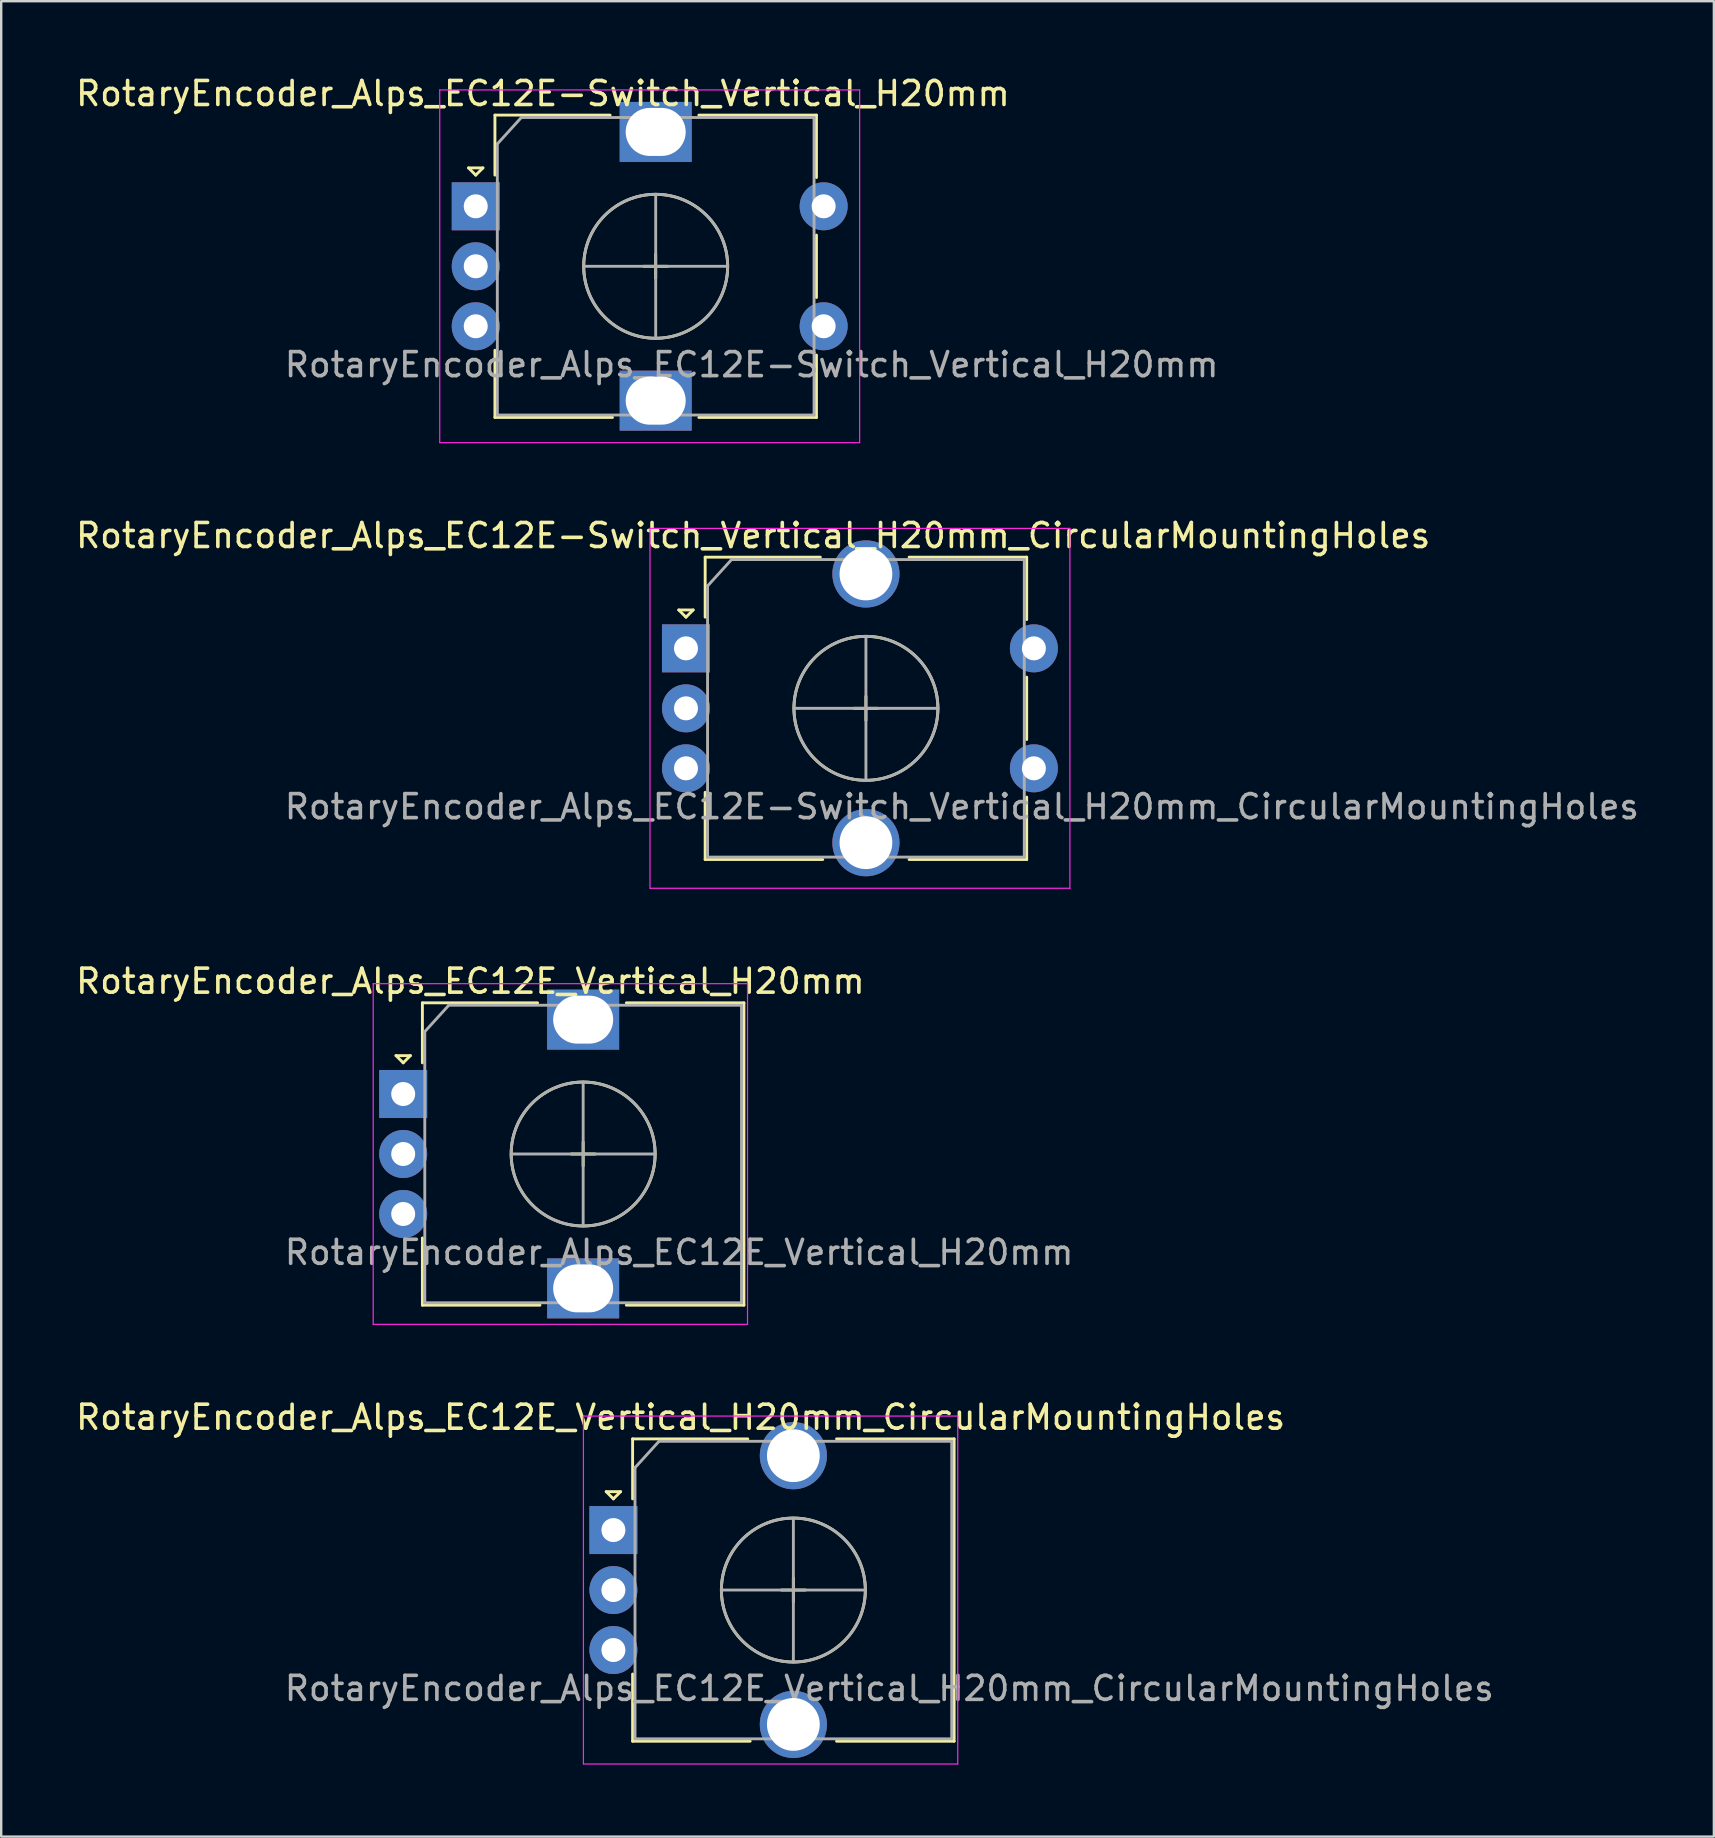
<source format=kicad_pcb>
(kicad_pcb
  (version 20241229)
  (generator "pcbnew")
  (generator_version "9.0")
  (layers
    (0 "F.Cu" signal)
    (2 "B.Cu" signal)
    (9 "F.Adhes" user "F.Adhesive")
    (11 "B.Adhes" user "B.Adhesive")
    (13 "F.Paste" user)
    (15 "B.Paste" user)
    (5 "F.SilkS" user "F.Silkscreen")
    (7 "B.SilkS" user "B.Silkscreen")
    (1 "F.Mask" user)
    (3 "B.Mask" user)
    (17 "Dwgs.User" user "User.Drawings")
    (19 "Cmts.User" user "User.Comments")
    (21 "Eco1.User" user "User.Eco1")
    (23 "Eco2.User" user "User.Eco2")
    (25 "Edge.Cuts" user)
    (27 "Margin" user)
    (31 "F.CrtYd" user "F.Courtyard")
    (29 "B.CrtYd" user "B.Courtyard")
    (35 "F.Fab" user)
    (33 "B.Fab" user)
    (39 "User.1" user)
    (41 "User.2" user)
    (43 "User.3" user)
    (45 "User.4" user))
  (footprint "RotaryEncoder_Alps_EC12E_Vertical_H20mm_CircularMountingHoles"
    (layer "F.Cu")
    (at 22.515 60.718)
    (property "Reference" "RotaryEncoder_Alps_EC12E_Vertical_H20mm_CircularMountingHoles" (at 2.8 -4.7 0) (layer "F.SilkS") (effects (font (size 1 1) (thickness 0.15))))
    (attr through_hole)
    (fp_line (start -0.3 -1.6) (end 0.3 -1.6) (stroke (width 0.12) (type solid)) (layer "F.SilkS"))
    (fp_line (start 0 -1.3) (end -0.3 -1.6) (stroke (width 0.12) (type solid)) (layer "F.SilkS"))
    (fp_line (start 0.3 -1.6) (end 0 -1.3) (stroke (width 0.12) (type solid)) (layer "F.SilkS"))
    (fp_line (start 0.8 -3.8) (end 0.8 -1.3) (stroke (width 0.12) (type solid)) (layer "F.SilkS"))
    (fp_line (start 0.8 8.8) (end 0.8 6) (stroke (width 0.12) (type solid)) (layer "F.SilkS"))
    (fp_line (start 5.6 -3.8) (end 0.8 -3.8) (stroke (width 0.12) (type solid)) (layer "F.SilkS"))
    (fp_line (start 5.7 8.8) (end 0.8 8.8) (stroke (width 0.12) (type solid)) (layer "F.SilkS"))
    (fp_line (start 7 2.5) (end 8 2.5) (stroke (width 0.12) (type solid)) (layer "F.SilkS"))
    (fp_line (start 7.5 2) (end 7.5 3) (stroke (width 0.12) (type solid)) (layer "F.SilkS"))
    (fp_line (start 9.3 -3.8) (end 14.2 -3.8) (stroke (width 0.12) (type solid)) (layer "F.SilkS"))
    (fp_line (start 14.2 -3.8) (end 14.2 8.8) (stroke (width 0.12) (type solid)) (layer "F.SilkS"))
    (fp_line (start 14.2 8.8) (end 9.3 8.8) (stroke (width 0.12) (type solid)) (layer "F.SilkS"))
    (fp_circle (center 7.5 2.5) (end 10.5 2.5) (stroke (width 0.12) (type solid)) (fill no) (layer "F.SilkS"))
    (fp_line (start -1.25 -4.75) (end -1.25 9.75) (stroke (width 0.05) (type solid)) (layer "F.CrtYd"))
    (fp_line (start -1.25 -4.75) (end 14.35 -4.75) (stroke (width 0.05) (type solid)) (layer "F.CrtYd"))
    (fp_line (start 14.35 9.75) (end -1.25 9.75) (stroke (width 0.05) (type solid)) (layer "F.CrtYd"))
    (fp_line (start 14.35 9.75) (end 14.35 -4.75) (stroke (width 0.05) (type solid)) (layer "F.CrtYd"))
    (fp_line (start 0.9 -2.6) (end 1.9 -3.7) (stroke (width 0.12) (type solid)) (layer "F.Fab"))
    (fp_line (start 0.9 8.7) (end 0.9 -2.6) (stroke (width 0.12) (type solid)) (layer "F.Fab"))
    (fp_line (start 1.9 -3.7) (end 14.1 -3.7) (stroke (width 0.12) (type solid)) (layer "F.Fab"))
    (fp_line (start 4.5 2.5) (end 10.5 2.5) (stroke (width 0.12) (type solid)) (layer "F.Fab"))
    (fp_line (start 7.5 -0.5) (end 7.5 5.5) (stroke (width 0.12) (type solid)) (layer "F.Fab"))
    (fp_line (start 14.1 -3.7) (end 14.1 8.7) (stroke (width 0.12) (type solid)) (layer "F.Fab"))
    (fp_line (start 14.1 8.7) (end 0.9 8.7) (stroke (width 0.12) (type solid)) (layer "F.Fab"))
    (fp_circle (center 7.5 2.5) (end 10.5 2.5) (stroke (width 0.12) (type solid)) (fill no) (layer "F.Fab"))
    (fp_text user "${REFERENCE}" (at 11.5 6.6 0) (layer "F.Fab") (effects (font (size 1 1) (thickness 0.15))))
    (pad "1" thru_hole rect (at 0 0) (size 2 2) (drill 1) (layers "*.Cu" "*.Mask"))
    (pad "2" thru_hole circle (at 0 2.5) (size 2 2) (drill 1) (layers "*.Cu" "*.Mask"))
    (pad "3" thru_hole circle (at 0 5) (size 2 2) (drill 1) (layers "*.Cu" "*.Mask"))
    (pad "MP" thru_hole circle (at 7.5 -3.1) (size 2.8 2.8) (drill 2.2) (layers "*.Cu" "*.Mask"))
    (pad "MP" thru_hole circle (at 7.5 8.1) (size 2.8 2.8) (drill 2.2) (layers "*.Cu" "*.Mask")))
  (footprint "RotaryEncoder_Alps_EC12E_Vertical_H20mm"
    (layer "F.Cu")
    (at 13.754 42.545)
    (property "Reference" "RotaryEncoder_Alps_EC12E_Vertical_H20mm" (at 2.8 -4.7 0) (layer "F.SilkS") (effects (font (size 1 1) (thickness 0.15))))
    (attr through_hole)
    (fp_line (start -0.3 -1.6) (end 0.3 -1.6) (stroke (width 0.12) (type solid)) (layer "F.SilkS"))
    (fp_line (start 0 -1.3) (end -0.3 -1.6) (stroke (width 0.12) (type solid)) (layer "F.SilkS"))
    (fp_line (start 0.3 -1.6) (end 0 -1.3) (stroke (width 0.12) (type solid)) (layer "F.SilkS"))
    (fp_line (start 0.8 -3.8) (end 0.8 -1.3) (stroke (width 0.12) (type solid)) (layer "F.SilkS"))
    (fp_line (start 0.8 8.8) (end 0.8 6) (stroke (width 0.12) (type solid)) (layer "F.SilkS"))
    (fp_line (start 5.6 -3.8) (end 0.8 -3.8) (stroke (width 0.12) (type solid)) (layer "F.SilkS"))
    (fp_line (start 5.7 8.8) (end 0.8 8.8) (stroke (width 0.12) (type solid)) (layer "F.SilkS"))
    (fp_line (start 7 2.5) (end 8 2.5) (stroke (width 0.12) (type solid)) (layer "F.SilkS"))
    (fp_line (start 7.5 2) (end 7.5 3) (stroke (width 0.12) (type solid)) (layer "F.SilkS"))
    (fp_line (start 9.3 -3.8) (end 14.2 -3.8) (stroke (width 0.12) (type solid)) (layer "F.SilkS"))
    (fp_line (start 14.2 -3.8) (end 14.2 8.8) (stroke (width 0.12) (type solid)) (layer "F.SilkS"))
    (fp_line (start 14.2 8.8) (end 9.3 8.8) (stroke (width 0.12) (type solid)) (layer "F.SilkS"))
    (fp_circle (center 7.5 2.5) (end 10.5 2.5) (stroke (width 0.12) (type solid)) (fill no) (layer "F.SilkS"))
    (fp_line (start -1.25 -4.6) (end -1.25 9.6) (stroke (width 0.05) (type solid)) (layer "F.CrtYd"))
    (fp_line (start -1.25 -4.6) (end 14.35 -4.6) (stroke (width 0.05) (type solid)) (layer "F.CrtYd"))
    (fp_line (start 14.35 9.6) (end -1.25 9.6) (stroke (width 0.05) (type solid)) (layer "F.CrtYd"))
    (fp_line (start 14.35 9.6) (end 14.35 -4.6) (stroke (width 0.05) (type solid)) (layer "F.CrtYd"))
    (fp_line (start 0.9 -2.6) (end 1.9 -3.7) (stroke (width 0.12) (type solid)) (layer "F.Fab"))
    (fp_line (start 0.9 8.7) (end 0.9 -2.6) (stroke (width 0.12) (type solid)) (layer "F.Fab"))
    (fp_line (start 1.9 -3.7) (end 14.1 -3.7) (stroke (width 0.12) (type solid)) (layer "F.Fab"))
    (fp_line (start 4.5 2.5) (end 10.5 2.5) (stroke (width 0.12) (type solid)) (layer "F.Fab"))
    (fp_line (start 7.5 -0.5) (end 7.5 5.5) (stroke (width 0.12) (type solid)) (layer "F.Fab"))
    (fp_line (start 14.1 -3.7) (end 14.1 8.7) (stroke (width 0.12) (type solid)) (layer "F.Fab"))
    (fp_line (start 14.1 8.7) (end 0.9 8.7) (stroke (width 0.12) (type solid)) (layer "F.Fab"))
    (fp_circle (center 7.5 2.5) (end 10.5 2.5) (stroke (width 0.12) (type solid)) (fill no) (layer "F.Fab"))
    (fp_text user "${REFERENCE}" (at 11.5 6.6 0) (layer "F.Fab") (effects (font (size 1 1) (thickness 0.15))))
    (pad "0" thru_hole rect (at 7.5 -3.1) (size 3 2.5) (drill oval 2.5 2) (layers "*.Cu" "*.Mask"))
    (pad "0" thru_hole rect (at 7.5 8.1) (size 3 2.5) (drill oval 2.5 2) (layers "*.Cu" "*.Mask"))
    (pad "1" thru_hole rect (at 0 0) (size 2 2) (drill 1) (layers "*.Cu" "*.Mask"))
    (pad "2" thru_hole circle (at 0 2.5) (size 2 2) (drill 1) (layers "*.Cu" "*.Mask"))
    (pad "3" thru_hole circle (at 0 5) (size 2 2) (drill 1) (layers "*.Cu" "*.Mask")))
  (footprint "RotaryEncoder_Alps_EC12E-Switch_Vertical_H20mm_CircularMountingHoles"
    (layer "F.Cu")
    (at 25.539 23.971)
    (property "Reference" "RotaryEncoder_Alps_EC12E-Switch_Vertical_H20mm_CircularMountingHoles" (at 2.8 -4.7 0) (layer "F.SilkS") (effects (font (size 1 1) (thickness 0.15))))
    (attr through_hole)
    (fp_line (start -0.3 -1.6) (end 0.3 -1.6) (stroke (width 0.12) (type solid)) (layer "F.SilkS"))
    (fp_line (start 0 -1.3) (end -0.3 -1.6) (stroke (width 0.12) (type solid)) (layer "F.SilkS"))
    (fp_line (start 0.3 -1.6) (end 0 -1.3) (stroke (width 0.12) (type solid)) (layer "F.SilkS"))
    (fp_line (start 0.8 -3.8) (end 0.8 -1.3) (stroke (width 0.12) (type solid)) (layer "F.SilkS"))
    (fp_line (start 0.8 8.8) (end 0.8 6) (stroke (width 0.12) (type solid)) (layer "F.SilkS"))
    (fp_line (start 5.6 -3.8) (end 0.8 -3.8) (stroke (width 0.12) (type solid)) (layer "F.SilkS"))
    (fp_line (start 5.7 8.8) (end 0.8 8.8) (stroke (width 0.12) (type solid)) (layer "F.SilkS"))
    (fp_line (start 7 2.5) (end 8 2.5) (stroke (width 0.12) (type solid)) (layer "F.SilkS"))
    (fp_line (start 7.5 2) (end 7.5 3) (stroke (width 0.12) (type solid)) (layer "F.SilkS"))
    (fp_line (start 9.3 -3.8) (end 14.2 -3.8) (stroke (width 0.12) (type solid)) (layer "F.SilkS"))
    (fp_line (start 14.2 -3.8) (end 14.2 -1.2) (stroke (width 0.12) (type solid)) (layer "F.SilkS"))
    (fp_line (start 14.2 1.2) (end 14.2 3.8) (stroke (width 0.12) (type solid)) (layer "F.SilkS"))
    (fp_line (start 14.2 6.2) (end 14.2 8.8) (stroke (width 0.12) (type solid)) (layer "F.SilkS"))
    (fp_line (start 14.2 8.8) (end 9.3 8.8) (stroke (width 0.12) (type solid)) (layer "F.SilkS"))
    (fp_circle (center 7.5 2.5) (end 10.5 2.5) (stroke (width 0.12) (type solid)) (fill no) (layer "F.SilkS"))
    (fp_line (start -1.5 -5) (end -1.5 10) (stroke (width 0.05) (type solid)) (layer "F.CrtYd"))
    (fp_line (start -1.5 -5) (end 16 -5) (stroke (width 0.05) (type solid)) (layer "F.CrtYd"))
    (fp_line (start 16 10) (end -1.5 10) (stroke (width 0.05) (type solid)) (layer "F.CrtYd"))
    (fp_line (start 16 10) (end 16 -5) (stroke (width 0.05) (type solid)) (layer "F.CrtYd"))
    (fp_line (start 0.9 -2.6) (end 1.9 -3.7) (stroke (width 0.12) (type solid)) (layer "F.Fab"))
    (fp_line (start 0.9 8.7) (end 0.9 -2.6) (stroke (width 0.12) (type solid)) (layer "F.Fab"))
    (fp_line (start 1.9 -3.7) (end 14.1 -3.7) (stroke (width 0.12) (type solid)) (layer "F.Fab"))
    (fp_line (start 4.5 2.5) (end 10.5 2.5) (stroke (width 0.12) (type solid)) (layer "F.Fab"))
    (fp_line (start 7.5 -0.5) (end 7.5 5.5) (stroke (width 0.12) (type solid)) (layer "F.Fab"))
    (fp_line (start 14.1 -3.7) (end 14.1 8.7) (stroke (width 0.12) (type solid)) (layer "F.Fab"))
    (fp_line (start 14.1 8.7) (end 0.9 8.7) (stroke (width 0.12) (type solid)) (layer "F.Fab"))
    (fp_circle (center 7.5 2.5) (end 10.5 2.5) (stroke (width 0.12) (type solid)) (fill no) (layer "F.Fab"))
    (fp_text user "${REFERENCE}" (at 11.5 6.6 0) (layer "F.Fab") (effects (font (size 1 1) (thickness 0.15))))
    (pad "0" thru_hole circle (at 7.5 -3.1) (size 2.8 2.8) (drill 2.2) (layers "*.Cu" "*.Mask"))
    (pad "0" thru_hole circle (at 7.5 8.1) (size 2.8 2.8) (drill 2.2) (layers "*.Cu" "*.Mask"))
    (pad "1" thru_hole rect (at 0 0) (size 2 2) (drill 1) (layers "*.Cu" "*.Mask"))
    (pad "2" thru_hole circle (at 0 2.5) (size 2 2) (drill 1) (layers "*.Cu" "*.Mask"))
    (pad "3" thru_hole circle (at 0 5) (size 2 2) (drill 1) (layers "*.Cu" "*.Mask"))
    (pad "4" thru_hole circle (at 14.5 0) (size 2 2) (drill 1) (layers "*.Cu" "*.Mask"))
    (pad "5" thru_hole circle (at 14.5 5) (size 2 2) (drill 1) (layers "*.Cu" "*.Mask")))
  (footprint "RotaryEncoder_Alps_EC12E-Switch_Vertical_H20mm"
    (layer "F.Cu")
    (at 16.777 5.548)
    (property "Reference" "RotaryEncoder_Alps_EC12E-Switch_Vertical_H20mm" (at 2.8 -4.7 0) (layer "F.SilkS") (effects (font (size 1 1) (thickness 0.15))))
    (attr through_hole)
    (fp_line (start -0.3 -1.6) (end 0.3 -1.6) (stroke (width 0.12) (type solid)) (layer "F.SilkS"))
    (fp_line (start 0 -1.3) (end -0.3 -1.6) (stroke (width 0.12) (type solid)) (layer "F.SilkS"))
    (fp_line (start 0.3 -1.6) (end 0 -1.3) (stroke (width 0.12) (type solid)) (layer "F.SilkS"))
    (fp_line (start 0.8 -3.8) (end 0.8 -1.3) (stroke (width 0.12) (type solid)) (layer "F.SilkS"))
    (fp_line (start 0.8 8.8) (end 0.8 6) (stroke (width 0.12) (type solid)) (layer "F.SilkS"))
    (fp_line (start 5.6 -3.8) (end 0.8 -3.8) (stroke (width 0.12) (type solid)) (layer "F.SilkS"))
    (fp_line (start 5.7 8.8) (end 0.8 8.8) (stroke (width 0.12) (type solid)) (layer "F.SilkS"))
    (fp_line (start 7 2.5) (end 8 2.5) (stroke (width 0.12) (type solid)) (layer "F.SilkS"))
    (fp_line (start 7.5 2) (end 7.5 3) (stroke (width 0.12) (type solid)) (layer "F.SilkS"))
    (fp_line (start 9.3 -3.8) (end 14.2 -3.8) (stroke (width 0.12) (type solid)) (layer "F.SilkS"))
    (fp_line (start 14.2 -3.8) (end 14.2 -1.2) (stroke (width 0.12) (type solid)) (layer "F.SilkS"))
    (fp_line (start 14.2 1.2) (end 14.2 3.8) (stroke (width 0.12) (type solid)) (layer "F.SilkS"))
    (fp_line (start 14.2 6.2) (end 14.2 8.8) (stroke (width 0.12) (type solid)) (layer "F.SilkS"))
    (fp_line (start 14.2 8.8) (end 9.3 8.8) (stroke (width 0.12) (type solid)) (layer "F.SilkS"))
    (fp_circle (center 7.5 2.5) (end 10.5 2.5) (stroke (width 0.12) (type solid)) (fill no) (layer "F.SilkS"))
    (fp_line (start -1.5 -4.85) (end -1.5 9.85) (stroke (width 0.05) (type solid)) (layer "F.CrtYd"))
    (fp_line (start -1.5 -4.85) (end 16 -4.85) (stroke (width 0.05) (type solid)) (layer "F.CrtYd"))
    (fp_line (start 16 9.85) (end -1.5 9.85) (stroke (width 0.05) (type solid)) (layer "F.CrtYd"))
    (fp_line (start 16 9.85) (end 16 -4.85) (stroke (width 0.05) (type solid)) (layer "F.CrtYd"))
    (fp_line (start 0.9 -2.6) (end 1.9 -3.7) (stroke (width 0.12) (type solid)) (layer "F.Fab"))
    (fp_line (start 0.9 8.7) (end 0.9 -2.6) (stroke (width 0.12) (type solid)) (layer "F.Fab"))
    (fp_line (start 1.9 -3.7) (end 14.1 -3.7) (stroke (width 0.12) (type solid)) (layer "F.Fab"))
    (fp_line (start 4.5 2.5) (end 10.5 2.5) (stroke (width 0.12) (type solid)) (layer "F.Fab"))
    (fp_line (start 7.5 -0.5) (end 7.5 5.5) (stroke (width 0.12) (type solid)) (layer "F.Fab"))
    (fp_line (start 14.1 -3.7) (end 14.1 8.7) (stroke (width 0.12) (type solid)) (layer "F.Fab"))
    (fp_line (start 14.1 8.7) (end 0.9 8.7) (stroke (width 0.12) (type solid)) (layer "F.Fab"))
    (fp_circle (center 7.5 2.5) (end 10.5 2.5) (stroke (width 0.12) (type solid)) (fill no) (layer "F.Fab"))
    (fp_text user "${REFERENCE}" (at 11.5 6.6 0) (layer "F.Fab") (effects (font (size 1 1) (thickness 0.15))))
    (pad "0" thru_hole rect (at 7.5 -3.1) (size 3 2.5) (drill oval 2.5 2) (layers "*.Cu" "*.Mask"))
    (pad "0" thru_hole rect (at 7.5 8.1) (size 3 2.5) (drill oval 2.5 2) (layers "*.Cu" "*.Mask"))
    (pad "1" thru_hole rect (at 0 0) (size 2 2) (drill 1) (layers "*.Cu" "*.Mask"))
    (pad "2" thru_hole circle (at 0 2.5) (size 2 2) (drill 1) (layers "*.Cu" "*.Mask"))
    (pad "3" thru_hole circle (at 0 5) (size 2 2) (drill 1) (layers "*.Cu" "*.Mask"))
    (pad "4" thru_hole circle (at 14.5 0) (size 2 2) (drill 1) (layers "*.Cu" "*.Mask"))
    (pad "5" thru_hole circle (at 14.5 5) (size 2 2) (drill 1) (layers "*.Cu" "*.Mask")))
  (gr_rect
    (start -3 -3)
    (end 68.379 73.493)
    (stroke (width 0.1) (type default))
    (fill no)
    (layer "Edge.Cuts")))
</source>
